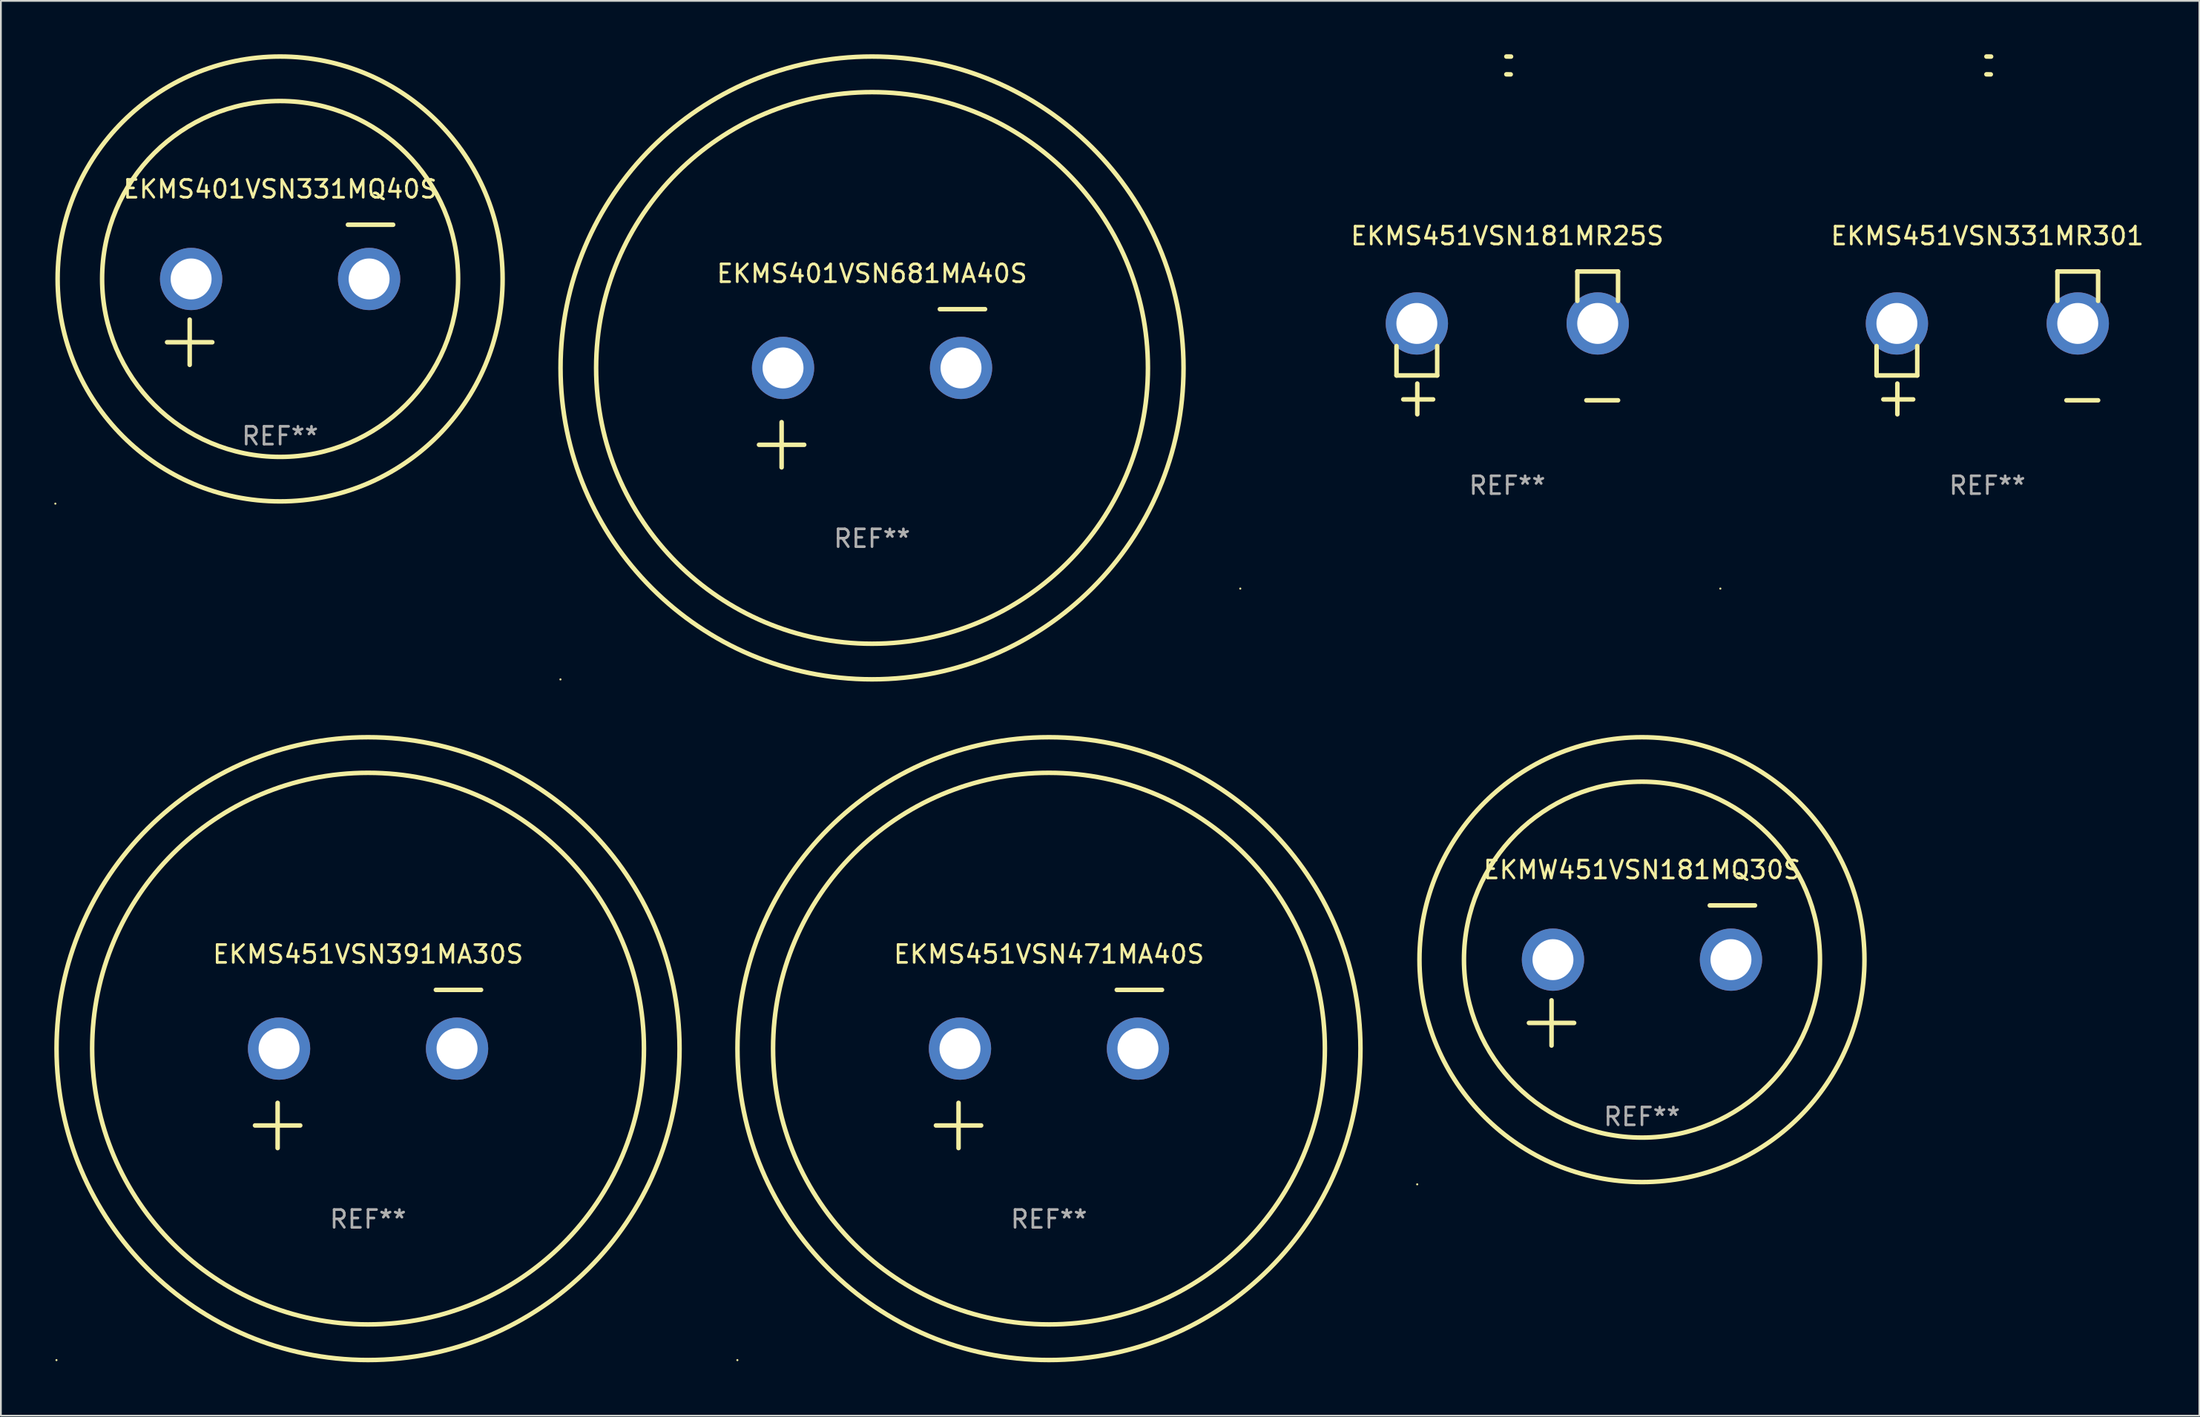
<source format=kicad_pcb>
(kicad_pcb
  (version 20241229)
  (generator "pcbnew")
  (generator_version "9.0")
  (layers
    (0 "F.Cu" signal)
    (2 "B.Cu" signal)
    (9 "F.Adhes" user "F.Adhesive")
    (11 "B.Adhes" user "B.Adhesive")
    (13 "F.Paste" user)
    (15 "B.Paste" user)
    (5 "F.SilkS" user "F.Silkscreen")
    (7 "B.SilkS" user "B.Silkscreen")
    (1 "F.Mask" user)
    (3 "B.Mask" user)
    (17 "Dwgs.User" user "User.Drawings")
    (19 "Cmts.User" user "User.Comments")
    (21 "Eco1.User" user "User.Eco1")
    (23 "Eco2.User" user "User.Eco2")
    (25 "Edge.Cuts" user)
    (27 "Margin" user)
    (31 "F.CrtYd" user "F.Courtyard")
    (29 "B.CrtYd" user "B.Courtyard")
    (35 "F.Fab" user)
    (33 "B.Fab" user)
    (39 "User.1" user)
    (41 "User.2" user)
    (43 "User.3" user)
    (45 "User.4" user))
  (footprint "EKMS401VSN681MA40S"
    (layer "F.Cu")
    (at 45.941 18.77)
    (property "Reference" "EKMS401VSN681MA40S" (at 0 -6.445 0) (layer "F.SilkS") (effects (font (size 1 1) (thickness 0.15))))
    (attr through_hole)
    (fp_line (start -6.35 3.175) (end -3.81 3.175) (stroke (width 0.254) (type solid)) (layer "F.SilkS"))
    (fp_line (start -5.08 1.905) (end -5.08 4.445) (stroke (width 0.254) (type solid)) (layer "F.SilkS"))
    (fp_line (start 3.81 -4.445) (end 6.35 -4.445) (stroke (width 0.254) (type solid)) (layer "F.SilkS"))
    (fp_circle (center -17.505 16.362) (end -17.475 16.362) (stroke (width 0.06) (type solid)) (fill no) (layer "F.SilkS"))
    (fp_circle (center 0 -1.143) (end 15.5 -1.143) (stroke (width 0.254) (type solid)) (fill no) (layer "F.SilkS"))
    (fp_circle (center 0 -1.143) (end 17.5 -1.143) (stroke (width 0.254) (type solid)) (fill no) (layer "F.SilkS"))
    (fp_text user "REF**" (at 0 8.445 0) (layer "F.Fab") (effects (font (size 1 1) (thickness 0.15))))
    (pad "1" thru_hole circle (at -5 -1.143) (size 3.5 3.5) (drill 2.3) (layers "*.Cu" "*.Mask"))
    (pad "2" thru_hole circle (at 5 -1.143) (size 3.5 3.5) (drill 2.3) (layers "*.Cu" "*.Mask")))
  (footprint "EKMS451VSN391MA30S"
    (layer "F.Cu")
    (at 17.627 57.024)
    (property "Reference" "EKMS451VSN391MA30S" (at 0 -6.445 0) (layer "F.SilkS") (effects (font (size 1 1) (thickness 0.15))))
    (attr through_hole)
    (fp_line (start -6.35 3.175) (end -3.81 3.175) (stroke (width 0.254) (type solid)) (layer "F.SilkS"))
    (fp_line (start -5.08 1.905) (end -5.08 4.445) (stroke (width 0.254) (type solid)) (layer "F.SilkS"))
    (fp_line (start 3.81 -4.445) (end 6.35 -4.445) (stroke (width 0.254) (type solid)) (layer "F.SilkS"))
    (fp_circle (center -17.505 16.362) (end -17.475 16.362) (stroke (width 0.06) (type solid)) (fill no) (layer "F.SilkS"))
    (fp_circle (center 0 -1.143) (end 15.5 -1.143) (stroke (width 0.254) (type solid)) (fill no) (layer "F.SilkS"))
    (fp_circle (center 0 -1.143) (end 17.5 -1.143) (stroke (width 0.254) (type solid)) (fill no) (layer "F.SilkS"))
    (fp_text user "REF**" (at 0 8.445 0) (layer "F.Fab") (effects (font (size 1 1) (thickness 0.15))))
    (pad "1" thru_hole circle (at -5 -1.143) (size 3.5 3.5) (drill 2.3) (layers "*.Cu" "*.Mask"))
    (pad "2" thru_hole circle (at 5 -1.143) (size 3.5 3.5) (drill 2.3) (layers "*.Cu" "*.Mask")))
  (footprint "EKMW451VSN181MQ30S"
    (layer "F.Cu")
    (at 89.196 51.77)
    (property "Reference" "EKMW451VSN181MQ30S" (at 0 -5.937 0) (layer "F.SilkS") (effects (font (size 1 1) (thickness 0.15))))
    (attr through_hole)
    (fp_line (start -6.35 2.667) (end -3.81 2.667) (stroke (width 0.254) (type solid)) (layer "F.SilkS"))
    (fp_line (start -5.08 1.397) (end -5.08 3.937) (stroke (width 0.254) (type solid)) (layer "F.SilkS"))
    (fp_line (start 3.81 -3.937) (end 6.35 -3.937) (stroke (width 0.254) (type solid)) (layer "F.SilkS"))
    (fp_circle (center -12.627 11.738) (end -12.597 11.738) (stroke (width 0.06) (type solid)) (fill no) (layer "F.SilkS"))
    (fp_circle (center 0 -0.889) (end 10 -0.889) (stroke (width 0.254) (type solid)) (fill no) (layer "F.SilkS"))
    (fp_circle (center 0 -0.889) (end 12.5 -0.889) (stroke (width 0.254) (type solid)) (fill no) (layer "F.SilkS"))
    (fp_text user "REF**" (at 0 7.937 0) (layer "F.Fab") (effects (font (size 1 1) (thickness 0.15))))
    (pad "1" thru_hole circle (at -5 -0.889) (size 3.5 3.5) (drill 2.3) (layers "*.Cu" "*.Mask"))
    (pad "2" thru_hole circle (at 5 -0.889) (size 3.5 3.5) (drill 2.3) (layers "*.Cu" "*.Mask")))
  (footprint "EKMS451VSN471MA40S"
    (layer "F.Cu")
    (at 55.881 57.024)
    (property "Reference" "EKMS451VSN471MA40S" (at 0 -6.445 0) (layer "F.SilkS") (effects (font (size 1 1) (thickness 0.15))))
    (attr through_hole)
    (fp_line (start -6.35 3.175) (end -3.81 3.175) (stroke (width 0.254) (type solid)) (layer "F.SilkS"))
    (fp_line (start -5.08 1.905) (end -5.08 4.445) (stroke (width 0.254) (type solid)) (layer "F.SilkS"))
    (fp_line (start 3.81 -4.445) (end 6.35 -4.445) (stroke (width 0.254) (type solid)) (layer "F.SilkS"))
    (fp_circle (center -17.505 16.362) (end -17.475 16.362) (stroke (width 0.06) (type solid)) (fill no) (layer "F.SilkS"))
    (fp_circle (center 0 -1.143) (end 15.5 -1.143) (stroke (width 0.254) (type solid)) (fill no) (layer "F.SilkS"))
    (fp_circle (center 0 -1.143) (end 17.5 -1.143) (stroke (width 0.254) (type solid)) (fill no) (layer "F.SilkS"))
    (fp_text user "REF**" (at 0 8.445 0) (layer "F.Fab") (effects (font (size 1 1) (thickness 0.15))))
    (pad "1" thru_hole circle (at -5 -1.143) (size 3.5 3.5) (drill 2.3) (layers "*.Cu" "*.Mask"))
    (pad "2" thru_hole circle (at 5 -1.143) (size 3.5 3.5) (drill 2.3) (layers "*.Cu" "*.Mask")))
  (footprint "EKMS451VSN331MR301"
    (layer "F.Cu")
    (at 108.599 16.22)
    (property "Reference" "EKMS451VSN331MR301" (at 0 -6.013 0) (layer "F.SilkS") (effects (font (size 1 1) (thickness 0.15))))
    (attr through_hole)
    (fp_line (start -6.223 0.178) (end -6.223 1.829) (stroke (width 0.254) (type solid)) (layer "F.SilkS"))
    (fp_line (start -6.223 1.829) (end -3.937 1.829) (stroke (width 0.254) (type solid)) (layer "F.SilkS"))
    (fp_line (start -5.055 4.013) (end -5.055 2.286) (stroke (width 0.254) (type solid)) (layer "F.SilkS"))
    (fp_line (start -4.166 3.175) (end -5.842 3.175) (stroke (width 0.254) (type solid)) (layer "F.SilkS"))
    (fp_line (start -3.937 1.829) (end -3.937 0.178) (stroke (width 0.254) (type solid)) (layer "F.SilkS"))
    (fp_line (start 3.937 -4.013) (end 3.937 -2.362) (stroke (width 0.254) (type solid)) (layer "F.SilkS"))
    (fp_line (start 6.223 -4.013) (end 3.937 -4.013) (stroke (width 0.254) (type solid)) (layer "F.SilkS"))
    (fp_line (start 6.223 -2.362) (end 6.223 -4.013) (stroke (width 0.254) (type solid)) (layer "F.SilkS"))
    (fp_line (start 6.223 3.226) (end 4.445 3.226) (stroke (width 0.254) (type solid)) (layer "F.SilkS"))
    (fp_arc (start -0.0508 -16.093472) (mid 0.080016 -16.092762) (end 0.210821 -16.090932) (stroke (width 0.254001) (type solid)) (layer "F.SilkS"))
    (fp_arc (start -0.0508 -15.09271) (mid 0.071125 -15.091961) (end 0.19304 -15.09017) (stroke (width 0.254001) (type solid)) (layer "F.SilkS"))
    (fp_circle (center -15 13.808) (end -14.97 13.808) (stroke (width 0.06) (type solid)) (fill no) (layer "F.SilkS"))
    (fp_text user "REF**" (at 0 8.013 0) (layer "F.Fab") (effects (font (size 1 1) (thickness 0.15))))
    (pad "1" thru_hole circle (at -5.08 -1.092) (size 3.5 3.5) (drill 2.3) (layers "*.Cu" "*.Mask"))
    (pad "2" thru_hole circle (at 5.08 -1.092) (size 3.5 3.5) (drill 2.3) (layers "*.Cu" "*.Mask")))
  (footprint "EKMS401VSN331MQ40S"
    (layer "F.Cu")
    (at 12.687 13.516)
    (property "Reference" "EKMS401VSN331MQ40S" (at 0 -5.937 0) (layer "F.SilkS") (effects (font (size 1 1) (thickness 0.15))))
    (attr through_hole)
    (fp_line (start -6.35 2.667) (end -3.81 2.667) (stroke (width 0.254) (type solid)) (layer "F.SilkS"))
    (fp_line (start -5.08 1.397) (end -5.08 3.937) (stroke (width 0.254) (type solid)) (layer "F.SilkS"))
    (fp_line (start 3.81 -3.937) (end 6.35 -3.937) (stroke (width 0.254) (type solid)) (layer "F.SilkS"))
    (fp_circle (center -12.627 11.738) (end -12.597 11.738) (stroke (width 0.06) (type solid)) (fill no) (layer "F.SilkS"))
    (fp_circle (center 0 -0.889) (end 10 -0.889) (stroke (width 0.254) (type solid)) (fill no) (layer "F.SilkS"))
    (fp_circle (center 0 -0.889) (end 12.5 -0.889) (stroke (width 0.254) (type solid)) (fill no) (layer "F.SilkS"))
    (fp_text user "REF**" (at 0 7.937 0) (layer "F.Fab") (effects (font (size 1 1) (thickness 0.15))))
    (pad "1" thru_hole circle (at -5 -0.889) (size 3.5 3.5) (drill 2.3) (layers "*.Cu" "*.Mask"))
    (pad "2" thru_hole circle (at 5 -0.889) (size 3.5 3.5) (drill 2.3) (layers "*.Cu" "*.Mask")))
  (footprint "EKMS451VSN181MR25S"
    (layer "F.Cu")
    (at 81.629 16.22)
    (property "Reference" "EKMS451VSN181MR25S" (at 0 -6.013 0) (layer "F.SilkS") (effects (font (size 1 1) (thickness 0.15))))
    (attr through_hole)
    (fp_line (start -6.223 0.178) (end -6.223 1.829) (stroke (width 0.254) (type solid)) (layer "F.SilkS"))
    (fp_line (start -6.223 1.829) (end -3.937 1.829) (stroke (width 0.254) (type solid)) (layer "F.SilkS"))
    (fp_line (start -5.055 4.013) (end -5.055 2.286) (stroke (width 0.254) (type solid)) (layer "F.SilkS"))
    (fp_line (start -4.166 3.175) (end -5.842 3.175) (stroke (width 0.254) (type solid)) (layer "F.SilkS"))
    (fp_line (start -3.937 1.829) (end -3.937 0.178) (stroke (width 0.254) (type solid)) (layer "F.SilkS"))
    (fp_line (start 3.937 -4.013) (end 3.937 -2.362) (stroke (width 0.254) (type solid)) (layer "F.SilkS"))
    (fp_line (start 6.223 -4.013) (end 3.937 -4.013) (stroke (width 0.254) (type solid)) (layer "F.SilkS"))
    (fp_line (start 6.223 -2.362) (end 6.223 -4.013) (stroke (width 0.254) (type solid)) (layer "F.SilkS"))
    (fp_line (start 6.223 3.226) (end 4.445 3.226) (stroke (width 0.254) (type solid)) (layer "F.SilkS"))
    (fp_arc (start -0.0508 -16.093472) (mid 0.080016 -16.092762) (end 0.210821 -16.090932) (stroke (width 0.254001) (type solid)) (layer "F.SilkS"))
    (fp_arc (start -0.0508 -15.09271) (mid 0.071125 -15.091961) (end 0.19304 -15.09017) (stroke (width 0.254001) (type solid)) (layer "F.SilkS"))
    (fp_circle (center -15 13.808) (end -14.97 13.808) (stroke (width 0.06) (type solid)) (fill no) (layer "F.SilkS"))
    (fp_text user "REF**" (at 0 8.013 0) (layer "F.Fab") (effects (font (size 1 1) (thickness 0.15))))
    (pad "1" thru_hole circle (at -5.08 -1.092) (size 3.5 3.5) (drill 2.3) (layers "*.Cu" "*.Mask"))
    (pad "2" thru_hole circle (at 5.08 -1.092) (size 3.5 3.5) (drill 2.3) (layers "*.Cu" "*.Mask")))
  (gr_rect
    (start -3 -3)
    (end 120.51 76.509)
    (stroke (width 0.1) (type default))
    (fill no)
    (layer "Edge.Cuts")))
</source>
